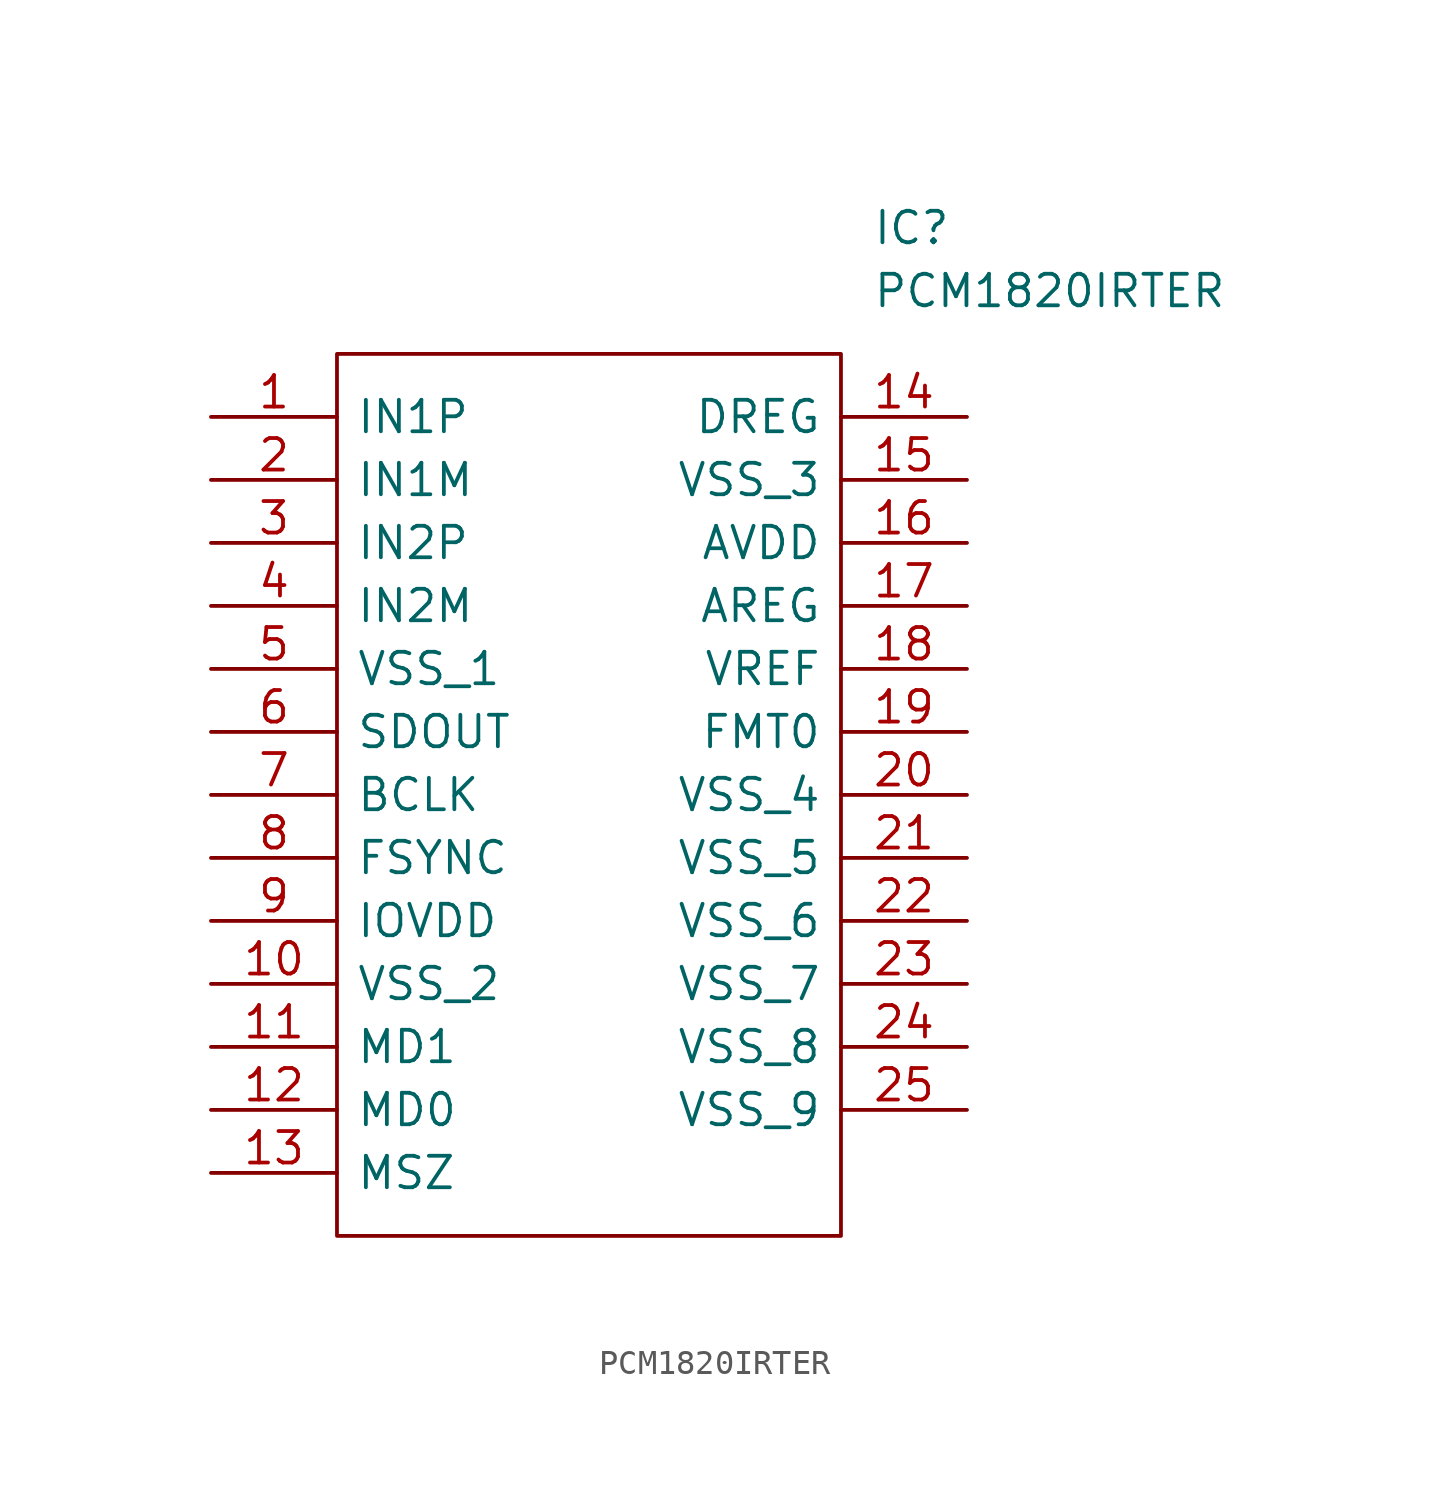
<source format=kicad_sym>
(kicad_symbol_lib
  (version 20211014)
  (generator kicad_symbol_editor)
  (symbol "PCM1820IRTER"
    (pin_names
      (offset 0.762))
    (property "Reference" "IC"
      (at 26.67 7.62 0)
      (effects (font (size 1.27 1.27)) (justify left)))
    (property "Value" "PCM1820IRTER"
      (at 26.67 5.08 0)
      (effects (font (size 1.27 1.27)) (justify left)))
    (symbol "PCM1820IRTER_0_0"
      (pin passive line (at 0 0 0) (length 5.08) (name "IN1P" (effects (font (size 1.27 1.27)))) (number "1" (effects (font (size 1.27 1.27)))))
      (pin passive line (at 0 -22.86 0) (length 5.08) (name "VSS_2" (effects (font (size 1.27 1.27)))) (number "10" (effects (font (size 1.27 1.27)))))
      (pin passive line (at 0 -25.4 0) (length 5.08) (name "MD1" (effects (font (size 1.27 1.27)))) (number "11" (effects (font (size 1.27 1.27)))))
      (pin passive line (at 0 -27.94 0) (length 5.08) (name "MD0" (effects (font (size 1.27 1.27)))) (number "12" (effects (font (size 1.27 1.27)))))
      (pin passive line (at 0 -30.48 0) (length 5.08) (name "MSZ" (effects (font (size 1.27 1.27)))) (number "13" (effects (font (size 1.27 1.27)))))
      (pin passive line (at 30.48 0 180) (length 5.08) (name "DREG" (effects (font (size 1.27 1.27)))) (number "14" (effects (font (size 1.27 1.27)))))
      (pin passive line (at 30.48 -2.54 180) (length 5.08) (name "VSS_3" (effects (font (size 1.27 1.27)))) (number "15" (effects (font (size 1.27 1.27)))))
      (pin passive line (at 30.48 -5.08 180) (length 5.08) (name "AVDD" (effects (font (size 1.27 1.27)))) (number "16" (effects (font (size 1.27 1.27)))))
      (pin passive line (at 30.48 -7.62 180) (length 5.08) (name "AREG" (effects (font (size 1.27 1.27)))) (number "17" (effects (font (size 1.27 1.27)))))
      (pin passive line (at 30.48 -10.16 180) (length 5.08) (name "VREF" (effects (font (size 1.27 1.27)))) (number "18" (effects (font (size 1.27 1.27)))))
      (pin passive line (at 30.48 -12.7 180) (length 5.08) (name "FMT0" (effects (font (size 1.27 1.27)))) (number "19" (effects (font (size 1.27 1.27)))))
      (pin passive line (at 0 -2.54 0) (length 5.08) (name "IN1M" (effects (font (size 1.27 1.27)))) (number "2" (effects (font (size 1.27 1.27)))))
      (pin passive line (at 30.48 -15.24 180) (length 5.08) (name "VSS_4" (effects (font (size 1.27 1.27)))) (number "20" (effects (font (size 1.27 1.27)))))
      (pin passive line (at 30.48 -17.78 180) (length 5.08) (name "VSS_5" (effects (font (size 1.27 1.27)))) (number "21" (effects (font (size 1.27 1.27)))))
      (pin passive line (at 30.48 -20.32 180) (length 5.08) (name "VSS_6" (effects (font (size 1.27 1.27)))) (number "22" (effects (font (size 1.27 1.27)))))
      (pin passive line (at 30.48 -22.86 180) (length 5.08) (name "VSS_7" (effects (font (size 1.27 1.27)))) (number "23" (effects (font (size 1.27 1.27)))))
      (pin passive line (at 30.48 -25.4 180) (length 5.08) (name "VSS_8" (effects (font (size 1.27 1.27)))) (number "24" (effects (font (size 1.27 1.27)))))
      (pin passive line (at 30.48 -27.94 180) (length 5.08) (name "VSS_9" (effects (font (size 1.27 1.27)))) (number "25" (effects (font (size 1.27 1.27)))))
      (pin passive line (at 0 -5.08 0) (length 5.08) (name "IN2P" (effects (font (size 1.27 1.27)))) (number "3" (effects (font (size 1.27 1.27)))))
      (pin passive line (at 0 -7.62 0) (length 5.08) (name "IN2M" (effects (font (size 1.27 1.27)))) (number "4" (effects (font (size 1.27 1.27)))))
      (pin passive line (at 0 -10.16 0) (length 5.08) (name "VSS_1" (effects (font (size 1.27 1.27)))) (number "5" (effects (font (size 1.27 1.27)))))
      (pin passive line (at 0 -12.7 0) (length 5.08) (name "SDOUT" (effects (font (size 1.27 1.27)))) (number "6" (effects (font (size 1.27 1.27)))))
      (pin passive line (at 0 -15.24 0) (length 5.08) (name "BCLK" (effects (font (size 1.27 1.27)))) (number "7" (effects (font (size 1.27 1.27)))))
      (pin passive line (at 0 -17.78 0) (length 5.08) (name "FSYNC" (effects (font (size 1.27 1.27)))) (number "8" (effects (font (size 1.27 1.27)))))
      (pin passive line (at 0 -20.32 0) (length 5.08) (name "IOVDD" (effects (font (size 1.27 1.27)))) (number "9" (effects (font (size 1.27 1.27))))))
    (symbol "PCM1820IRTER_0_1"
      (polyline (pts (xy 5.08 2.54) (xy 25.4 2.54) (xy 25.4 -33.02) (xy 5.08 -33.02) (xy 5.08 2.54)) (stroke (width 0.152) (type default) (color 0 0 0 0)) (fill (type none))))))
</source>
